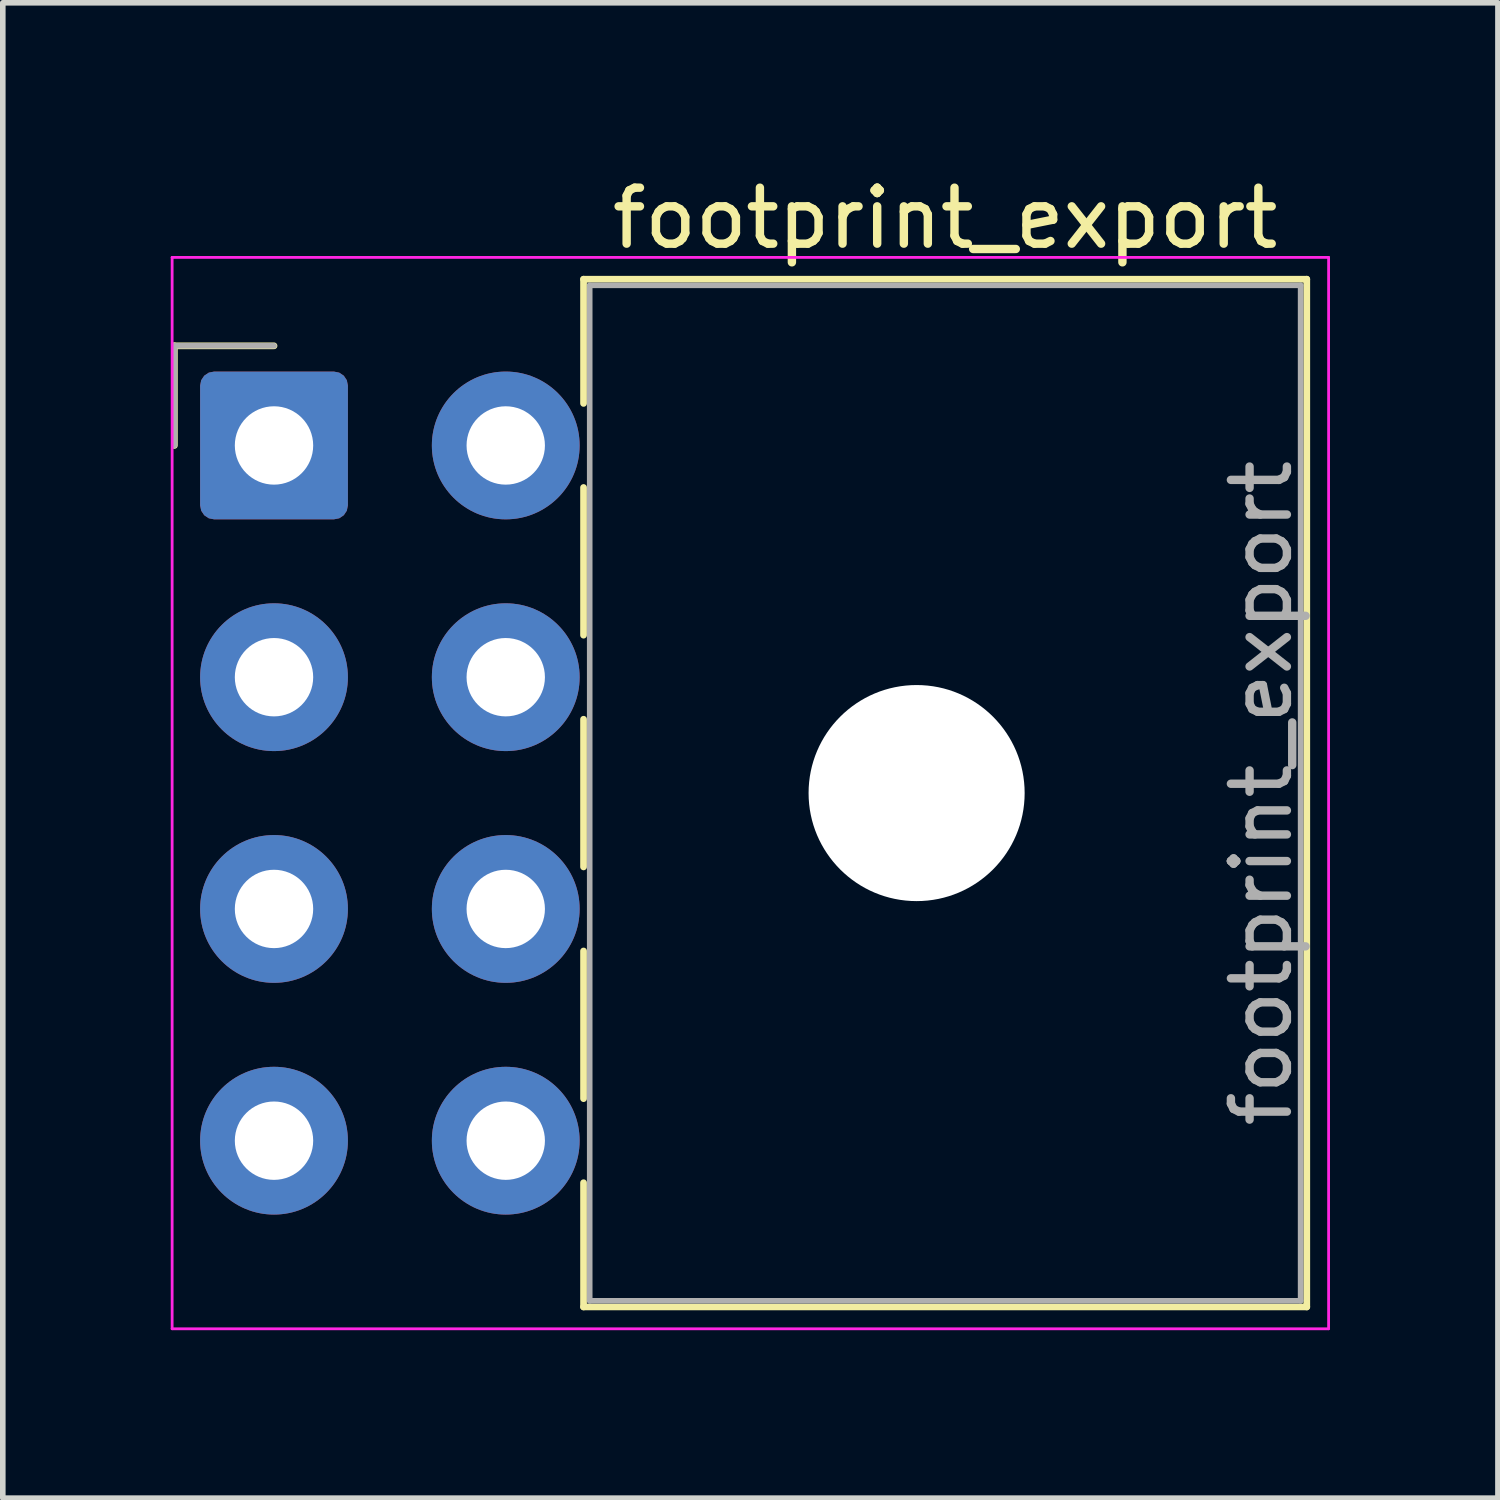
<source format=kicad_pcb>
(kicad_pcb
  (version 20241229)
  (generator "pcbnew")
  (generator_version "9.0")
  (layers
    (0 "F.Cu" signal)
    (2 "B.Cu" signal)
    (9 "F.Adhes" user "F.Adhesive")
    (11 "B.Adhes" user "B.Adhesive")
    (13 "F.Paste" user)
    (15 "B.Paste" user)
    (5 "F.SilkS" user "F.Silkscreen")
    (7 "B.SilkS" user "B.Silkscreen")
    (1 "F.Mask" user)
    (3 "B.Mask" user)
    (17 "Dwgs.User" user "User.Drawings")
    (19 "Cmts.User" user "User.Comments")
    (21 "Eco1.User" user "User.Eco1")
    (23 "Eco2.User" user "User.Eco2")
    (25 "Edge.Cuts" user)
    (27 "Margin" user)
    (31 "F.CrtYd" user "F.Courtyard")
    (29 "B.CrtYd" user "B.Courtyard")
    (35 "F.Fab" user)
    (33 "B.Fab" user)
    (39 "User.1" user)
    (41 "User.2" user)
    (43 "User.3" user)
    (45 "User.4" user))
  (footprint "footprint_export"
    (layer "F.Cu")
    (at 1.845 4.908)
    (property "Reference" "footprint_export" (at 11.99 -4.06 0) (layer "F.SilkS") (effects (font (size 1 1) (thickness 0.15))))
    (attr through_hole)
    (fp_line (start -1.78 -1.78) (end -1.78 0) (stroke (width 0.12) (type solid)) (layer "F.SilkS"))
    (fp_line (start 0 -1.78) (end -1.78 -1.78) (stroke (width 0.12) (type solid)) (layer "F.SilkS"))
    (fp_line (start 5.53 -2.97) (end 18.45 -2.97) (stroke (width 0.12) (type solid)) (layer "F.SilkS"))
    (fp_line (start 5.53 -0.751) (end 5.53 -2.97) (stroke (width 0.12) (type solid)) (layer "F.SilkS"))
    (fp_line (start 5.53 0.751) (end 5.53 3.389) (stroke (width 0.12) (type solid)) (layer "F.SilkS"))
    (fp_line (start 5.53 4.891) (end 5.53 7.529) (stroke (width 0.12) (type solid)) (layer "F.SilkS"))
    (fp_line (start 5.53 9.031) (end 5.53 11.669) (stroke (width 0.12) (type solid)) (layer "F.SilkS"))
    (fp_line (start 5.53 15.39) (end 5.53 13.171) (stroke (width 0.12) (type solid)) (layer "F.SilkS"))
    (fp_line (start 18.45 -2.97) (end 18.45 15.39) (stroke (width 0.12) (type solid)) (layer "F.SilkS"))
    (fp_line (start 18.45 15.39) (end 5.53 15.39) (stroke (width 0.12) (type solid)) (layer "F.SilkS"))
    (fp_line (start -1.82 -3.36) (end -1.82 15.78) (stroke (width 0.05) (type solid)) (layer "F.CrtYd"))
    (fp_line (start -1.82 15.78) (end 18.84 15.78) (stroke (width 0.05) (type solid)) (layer "F.CrtYd"))
    (fp_line (start 18.84 -3.36) (end -1.82 -3.36) (stroke (width 0.05) (type solid)) (layer "F.CrtYd"))
    (fp_line (start 18.84 15.78) (end 18.84 -3.36) (stroke (width 0.05) (type solid)) (layer "F.CrtYd"))
    (fp_line (start -1.78 -1.78) (end -1.78 0) (stroke (width 0.1) (type solid)) (layer "F.Fab"))
    (fp_line (start 0 -1.78) (end -1.78 -1.78) (stroke (width 0.1) (type solid)) (layer "F.Fab"))
    (fp_line (start 5.64 -2.86) (end 5.64 15.28) (stroke (width 0.1) (type solid)) (layer "F.Fab"))
    (fp_line (start 5.64 15.28) (end 18.34 15.28) (stroke (width 0.1) (type solid)) (layer "F.Fab"))
    (fp_line (start 18.34 -2.86) (end 5.64 -2.86) (stroke (width 0.1) (type solid)) (layer "F.Fab"))
    (fp_line (start 18.34 15.28) (end 18.34 -2.86) (stroke (width 0.1) (type solid)) (layer "F.Fab"))
    (fp_text user "${REFERENCE}" (at 17.64 6.21 90) (layer "F.Fab") (effects (font (size 1 1) (thickness 0.15))))
    (pad "" np_thru_hole circle (at 11.48 6.21) (size 3.86 3.86) (drill 3.86) (layers "*.Cu" "*.Mask"))
    (pad "1" thru_hole roundrect (at 0 0) (size 2.64 2.64) (drill 1.4) (layers "*.Cu" "*.Mask") (roundrect_rratio 0.095))
    (pad "2" thru_hole circle (at 0 4.14) (size 2.64 2.64) (drill 1.4) (layers "*.Cu" "*.Mask"))
    (pad "3" thru_hole circle (at 0 8.28) (size 2.64 2.64) (drill 1.4) (layers "*.Cu" "*.Mask"))
    (pad "4" thru_hole circle (at 0 12.42) (size 2.64 2.64) (drill 1.4) (layers "*.Cu" "*.Mask"))
    (pad "5" thru_hole circle (at 4.14 0) (size 2.64 2.64) (drill 1.4) (layers "*.Cu" "*.Mask"))
    (pad "6" thru_hole circle (at 4.14 4.14) (size 2.64 2.64) (drill 1.4) (layers "*.Cu" "*.Mask"))
    (pad "7" thru_hole circle (at 4.14 8.28) (size 2.64 2.64) (drill 1.4) (layers "*.Cu" "*.Mask"))
    (pad "8" thru_hole circle (at 4.14 12.42) (size 2.64 2.64) (drill 1.4) (layers "*.Cu" "*.Mask")))
  (gr_rect
    (start -3 -3)
    (end 23.71 23.713)
    (stroke (width 0.1) (type default))
    (fill no)
    (layer "Edge.Cuts")))
</source>
